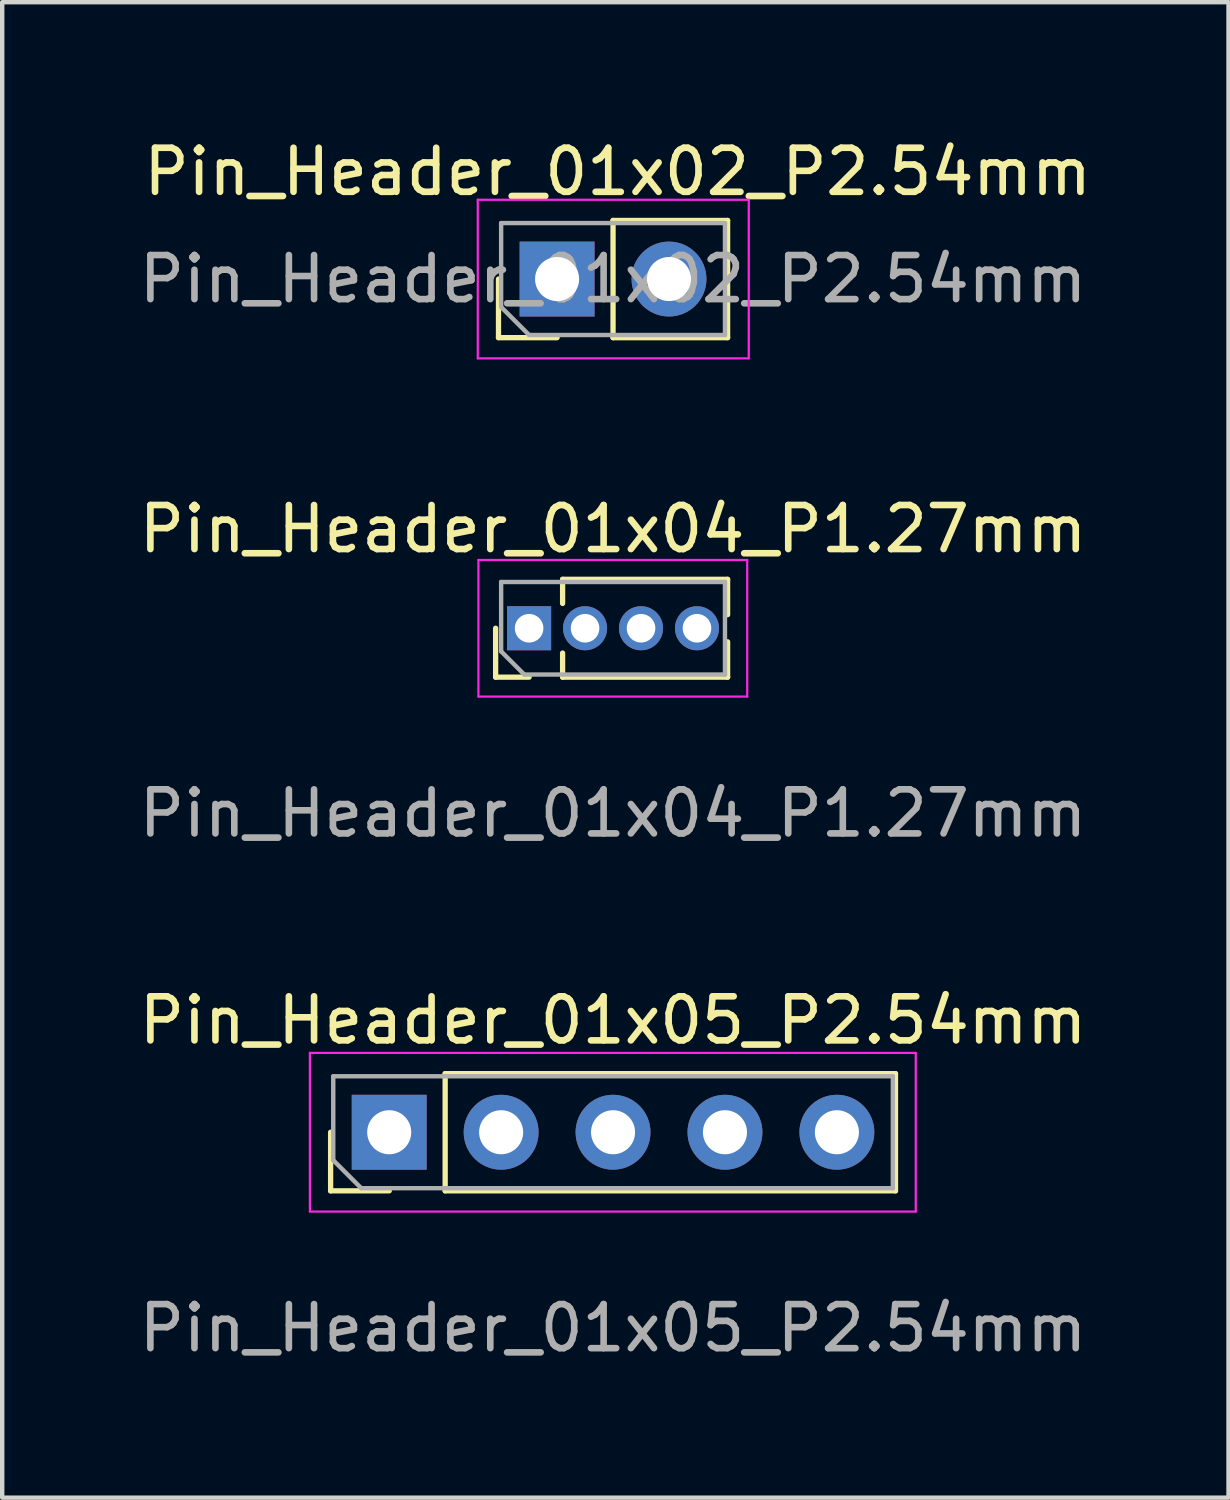
<source format=kicad_pcb>
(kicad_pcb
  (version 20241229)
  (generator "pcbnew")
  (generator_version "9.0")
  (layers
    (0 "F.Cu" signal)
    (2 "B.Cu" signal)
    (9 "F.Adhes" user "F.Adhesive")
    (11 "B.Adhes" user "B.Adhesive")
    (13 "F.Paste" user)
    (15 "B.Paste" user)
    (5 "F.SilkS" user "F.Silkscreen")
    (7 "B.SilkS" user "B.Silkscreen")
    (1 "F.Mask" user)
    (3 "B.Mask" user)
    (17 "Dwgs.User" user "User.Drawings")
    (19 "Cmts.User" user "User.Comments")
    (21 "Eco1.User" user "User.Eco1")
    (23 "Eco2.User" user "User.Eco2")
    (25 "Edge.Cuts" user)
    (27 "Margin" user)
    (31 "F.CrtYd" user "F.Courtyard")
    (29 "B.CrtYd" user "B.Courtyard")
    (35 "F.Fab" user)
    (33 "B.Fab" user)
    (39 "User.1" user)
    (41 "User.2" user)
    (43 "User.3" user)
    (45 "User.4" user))
  (footprint "Pin_Header_01x02_P2.54mm"
    (layer "F.Cu")
    (at 10.863 3.283)
    (property "Reference" "Pin_Header_01x02_P2.54mm" (at 0.105 -2.435 0) (unlocked yes) (layer "F.SilkS") (effects (font (size 1 1) (thickness 0.15))))
    (attr smd)
    (fp_line (start -2.6 1.33) (end -2.6 0) (stroke (width 0.12) (type solid)) (layer "F.SilkS"))
    (fp_line (start -1.27 1.33) (end -2.6 1.33) (stroke (width 0.12) (type solid)) (layer "F.SilkS"))
    (fp_line (start 0 -1.33) (end 2.6 -1.33) (stroke (width 0.12) (type solid)) (layer "F.SilkS"))
    (fp_line (start 0 1.33) (end 0 -1.33) (stroke (width 0.12) (type solid)) (layer "F.SilkS"))
    (fp_line (start 0 1.33) (end 2.6 1.33) (stroke (width 0.12) (type solid)) (layer "F.SilkS"))
    (fp_line (start 2.6 1.33) (end 2.6 -1.33) (stroke (width 0.12) (type solid)) (layer "F.SilkS"))
    (fp_line (start -3.07 -1.8) (end -3.07 1.8) (stroke (width 0.05) (type solid)) (layer "F.CrtYd"))
    (fp_line (start -3.07 1.8) (end 3.08 1.8) (stroke (width 0.05) (type solid)) (layer "F.CrtYd"))
    (fp_line (start 3.08 -1.8) (end -3.07 -1.8) (stroke (width 0.05) (type solid)) (layer "F.CrtYd"))
    (fp_line (start 3.08 1.8) (end 3.08 -1.8) (stroke (width 0.05) (type solid)) (layer "F.CrtYd"))
    (fp_line (start -2.54 -1.27) (end 2.54 -1.27) (stroke (width 0.1) (type solid)) (layer "F.Fab"))
    (fp_line (start -2.54 0.635) (end -2.54 -1.27) (stroke (width 0.1) (type solid)) (layer "F.Fab"))
    (fp_line (start -1.905 1.27) (end -2.54 0.635) (stroke (width 0.1) (type solid)) (layer "F.Fab"))
    (fp_line (start 2.54 -1.27) (end 2.54 1.27) (stroke (width 0.1) (type solid)) (layer "F.Fab"))
    (fp_line (start 2.54 1.27) (end -1.905 1.27) (stroke (width 0.1) (type solid)) (layer "F.Fab"))
    (fp_text user "${REFERENCE}" (at 0 0 180) (layer "F.Fab") (effects (font (size 1 1) (thickness 0.15))))
    (pad "1" thru_hole rect (at -1.27 0 90) (size 1.7 1.7) (drill 1) (layers "*.Cu" "*.Mask"))
    (pad "2" thru_hole oval (at 1.27 0 90) (size 1.7 1.7) (drill 1) (layers "*.Cu" "*.Mask")))
  (footprint "Pin_Header_01x05_P2.54mm"
    (layer "F.Cu")
    (at 10.863 22.646)
    (property "Reference" "Pin_Header_01x05_P2.54mm" (at 0 -2.54 0) (unlocked yes) (layer "F.SilkS") (effects (font (size 1 1) (thickness 0.15))))
    (attr through_hole)
    (fp_line (start -6.41 1.33) (end -6.41 0) (stroke (width 0.12) (type solid)) (layer "F.SilkS"))
    (fp_line (start -5.08 1.33) (end -6.41 1.33) (stroke (width 0.12) (type solid)) (layer "F.SilkS"))
    (fp_line (start -3.81 -1.33) (end 6.41 -1.33) (stroke (width 0.12) (type solid)) (layer "F.SilkS"))
    (fp_line (start -3.81 1.33) (end -3.81 -1.33) (stroke (width 0.12) (type solid)) (layer "F.SilkS"))
    (fp_line (start -3.81 1.33) (end 6.41 1.33) (stroke (width 0.12) (type solid)) (layer "F.SilkS"))
    (fp_line (start 6.41 1.33) (end 6.41 -1.33) (stroke (width 0.12) (type solid)) (layer "F.SilkS"))
    (fp_line (start -6.88 -1.8) (end -6.88 1.8) (stroke (width 0.05) (type solid)) (layer "F.CrtYd"))
    (fp_line (start -6.88 1.8) (end 6.87 1.8) (stroke (width 0.05) (type solid)) (layer "F.CrtYd"))
    (fp_line (start 6.87 -1.8) (end -6.88 -1.8) (stroke (width 0.05) (type solid)) (layer "F.CrtYd"))
    (fp_line (start 6.87 1.8) (end 6.87 -1.8) (stroke (width 0.05) (type solid)) (layer "F.CrtYd"))
    (fp_line (start -6.35 -1.27) (end 6.35 -1.27) (stroke (width 0.1) (type solid)) (layer "F.Fab"))
    (fp_line (start -6.35 0.635) (end -6.35 -1.27) (stroke (width 0.1) (type solid)) (layer "F.Fab"))
    (fp_line (start -5.715 1.27) (end -6.35 0.635) (stroke (width 0.1) (type solid)) (layer "F.Fab"))
    (fp_line (start 6.35 -1.27) (end 6.35 1.27) (stroke (width 0.1) (type solid)) (layer "F.Fab"))
    (fp_line (start 6.35 1.27) (end -5.715 1.27) (stroke (width 0.1) (type solid)) (layer "F.Fab"))
    (fp_text user "${REFERENCE}" (at 0 4.445 0) (unlocked yes) (layer "F.Fab") (effects (font (size 1 1) (thickness 0.15))))
    (pad "1" thru_hole rect (at -5.08 0 90) (size 1.7 1.7) (drill 1) (layers "*.Cu" "*.Mask"))
    (pad "2" thru_hole oval (at -2.54 0 90) (size 1.7 1.7) (drill 1) (layers "*.Cu" "*.Mask"))
    (pad "3" thru_hole oval (at 0 0 90) (size 1.7 1.7) (drill 1) (layers "*.Cu" "*.Mask"))
    (pad "4" thru_hole oval (at 2.54 0 90) (size 1.7 1.7) (drill 1) (layers "*.Cu" "*.Mask"))
    (pad "5" thru_hole oval (at 5.08 0 90) (size 1.7 1.7) (drill 1) (layers "*.Cu" "*.Mask")))
  (footprint "Pin_Header_01x04_P1.27mm"
    (layer "F.Cu")
    (at 10.863 11.242)
    (property "Reference" "Pin_Header_01x04_P1.27mm" (at 0 -2.286 0) (unlocked yes) (layer "F.SilkS") (effects (font (size 1 1) (thickness 0.15))))
    (attr through_hole)
    (fp_line (start -2.665 1.076) (end -2.665 -0.034) (stroke (width 0.12) (type solid)) (layer "F.SilkS"))
    (fp_line (start -1.905 1.076) (end -2.665 1.076) (stroke (width 0.12) (type solid)) (layer "F.SilkS"))
    (fp_line (start -1.145 -1.144) (end 2.6 -1.144) (stroke (width 0.12) (type solid)) (layer "F.SilkS"))
    (fp_line (start -1.145 -0.597) (end -1.145 -1.144) (stroke (width 0.12) (type solid)) (layer "F.SilkS"))
    (fp_line (start -1.145 1.076) (end -1.145 0.529) (stroke (width 0.12) (type solid)) (layer "F.SilkS"))
    (fp_line (start -1.145 1.076) (end 2.6 1.076) (stroke (width 0.12) (type solid)) (layer "F.SilkS"))
    (fp_line (start 2.6 -0.342) (end 2.6 -1.144) (stroke (width 0.12) (type solid)) (layer "F.SilkS"))
    (fp_line (start 2.6 1.076) (end 2.6 0.274) (stroke (width 0.12) (type solid)) (layer "F.SilkS"))
    (fp_line (start -3.055 -1.584) (end -3.055 1.516) (stroke (width 0.05) (type solid)) (layer "F.CrtYd"))
    (fp_line (start -3.055 1.516) (end 3.045 1.516) (stroke (width 0.05) (type solid)) (layer "F.CrtYd"))
    (fp_line (start 3.045 -1.584) (end -3.055 -1.584) (stroke (width 0.05) (type solid)) (layer "F.CrtYd"))
    (fp_line (start 3.045 1.516) (end 3.045 -1.584) (stroke (width 0.05) (type solid)) (layer "F.CrtYd"))
    (fp_line (start -2.54 -1.084) (end 2.54 -1.084) (stroke (width 0.1) (type solid)) (layer "F.Fab"))
    (fp_line (start -2.54 0.491) (end -2.54 -1.084) (stroke (width 0.1) (type solid)) (layer "F.Fab"))
    (fp_line (start -2.015 1.016) (end -2.54 0.491) (stroke (width 0.1) (type solid)) (layer "F.Fab"))
    (fp_line (start 2.54 -1.084) (end 2.54 1.016) (stroke (width 0.1) (type solid)) (layer "F.Fab"))
    (fp_line (start 2.54 1.016) (end -2.015 1.016) (stroke (width 0.1) (type solid)) (layer "F.Fab"))
    (fp_text user "${REFERENCE}" (at 0 4.167 0) (unlocked yes) (layer "F.Fab") (effects (font (size 1 1) (thickness 0.15))))
    (pad "1" thru_hole rect (at -1.905 -0.034 90) (size 1 1) (drill 0.65) (layers "*.Cu" "*.Mask"))
    (pad "2" thru_hole oval (at -0.635 -0.034 90) (size 1 1) (drill 0.65) (layers "*.Cu" "*.Mask"))
    (pad "3" thru_hole oval (at 0.635 -0.034 90) (size 1 1) (drill 0.65) (layers "*.Cu" "*.Mask"))
    (pad "4" thru_hole oval (at 1.905 -0.034 90) (size 1 1) (drill 0.65) (layers "*.Cu" "*.Mask")))
  (gr_rect
    (start -3 -3)
    (end 24.831 30.939)
    (stroke (width 0.1) (type default))
    (fill no)
    (layer "Edge.Cuts")))
</source>
